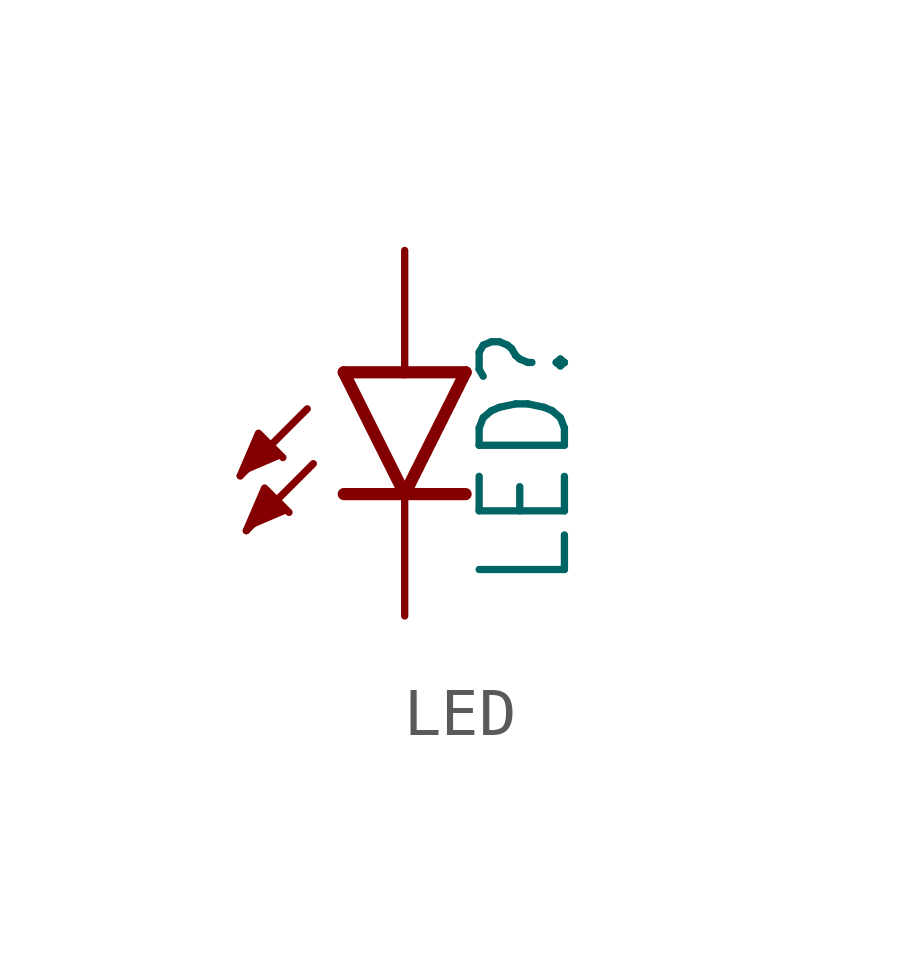
<source format=kicad_sym>
(kicad_symbol_lib
  (version 20231120)
  (generator "kicad_symbol_editor")
  (generator_version "8.0")
  (symbol "LED"
    (property "Reference" "LED"
      (at 3.556 -4.572 90)
      (effects (font (size 1.778 1.511)) (justify left bottom)))
    (property "Value" ""
      (at 5.715 -4.572 90)
      (effects (font (size 1.778 1.511)) (justify left bottom)))
    (property "ki_locked" ""
      (at 0 0 0)
      (effects (font (size 1.27 1.27))))
    (symbol "LED_1_0"
      (polyline (pts (xy -2.032 -0.762) (xy -3.429 -2.159)) (stroke (width 0.152) (type solid)) (fill (type none)))
      (polyline (pts (xy -1.905 -1.905) (xy -3.302 -3.302)) (stroke (width 0.152) (type solid)) (fill (type none)))
      (polyline (pts (xy 0 -2.54) (xy -1.27 -2.54)) (stroke (width 0.254) (type solid)) (fill (type none)))
      (polyline (pts (xy 0 -2.54) (xy -1.27 0)) (stroke (width 0.254) (type solid)) (fill (type none)))
      (polyline (pts (xy 0 0) (xy -1.27 0)) (stroke (width 0.254) (type solid)) (fill (type none)))
      (polyline (pts (xy 1.27 -2.54) (xy 0 -2.54)) (stroke (width 0.254) (type solid)) (fill (type none)))
      (polyline (pts (xy 1.27 0) (xy 0 -2.54)) (stroke (width 0.254) (type solid)) (fill (type none)))
      (polyline (pts (xy 1.27 0) (xy 0 0)) (stroke (width 0.254) (type solid)) (fill (type none)))
      (polyline (pts (xy -3.429 -2.159) (xy -3.048 -1.27) (xy -2.54 -1.778)) (stroke (width 0.152) (type solid)) (fill (type outline)))
      (polyline (pts (xy -3.302 -3.302) (xy -2.921 -2.413) (xy -2.413 -2.921)) (stroke (width 0.152) (type solid)) (fill (type outline)))
      (pin passive line (at 0 2.54 270) (length 2.54) (name "A" (effects (font (size 0 0)))) (number "A@1" (effects (font (size 0 0)))))
      (pin passive line (at 0 -5.08 90) (length 2.54) (name "C" (effects (font (size 0 0)))) (number "C@1" (effects (font (size 0 0))))))))
</source>
